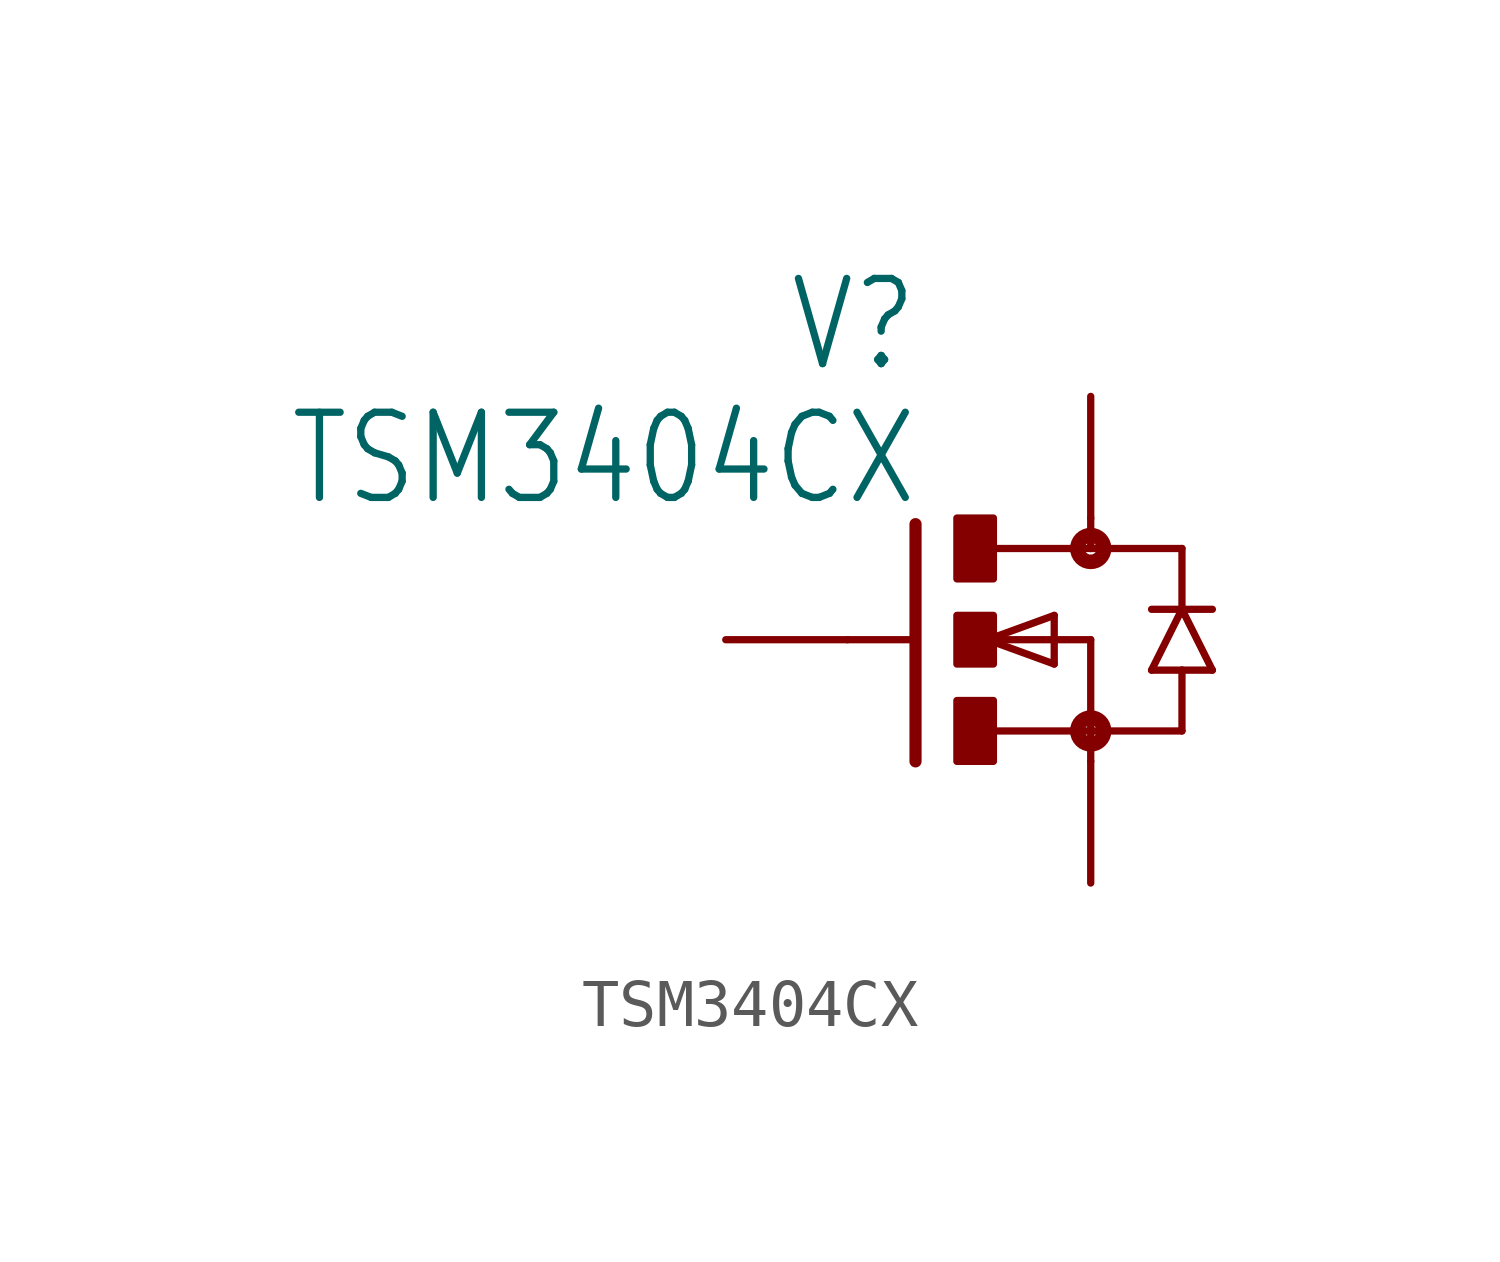
<source format=kicad_sym>
(kicad_symbol_lib
  (version 20211014)
  (generator kicad_symbol_editor)
  (symbol "TSM3404CX"
    (property "Reference" "V"
      (at -1.016 7.62 0)
      (effects (font (size 1.778 1.511)) (justify right top)))
    (property "Value" "TSM3404CX"
      (at -1.016 4.826 0)
      (effects (font (size 1.778 1.511)) (justify right top)))
    (property "ki_locked" ""
      (at 0 0 0)
      (effects (font (size 1.27 1.27))))
    (symbol "TSM3404CX_1_0"
      (rectangle (start -0.254 -2.54) (end 0.508 -1.27) (stroke (width 0) (type default) (color 0 0 0 0)) (fill (type outline)))
      (rectangle (start -0.254 -0.508) (end 0.508 0.508) (stroke (width 0) (type default) (color 0 0 0 0)) (fill (type outline)))
      (rectangle (start -0.254 1.27) (end 0.508 2.54) (stroke (width 0) (type default) (color 0 0 0 0)) (fill (type outline)))
      (polyline (pts (xy -2.54 0) (xy -1.219 0)) (stroke (width 0.152) (type default) (color 0 0 0 0)) (fill (type none)))
      (polyline (pts (xy -1.118 2.413) (xy -1.118 -2.54)) (stroke (width 0.254) (type default) (color 0 0 0 0)) (fill (type none)))
      (polyline (pts (xy 0.381 0) (xy 1.778 0.508)) (stroke (width 0.152) (type default) (color 0 0 0 0)) (fill (type none)))
      (polyline (pts (xy 0.508 -1.905) (xy 2.54 -1.905)) (stroke (width 0.152) (type default) (color 0 0 0 0)) (fill (type none)))
      (polyline (pts (xy 0.508 0) (xy 2.54 0)) (stroke (width 0.152) (type default) (color 0 0 0 0)) (fill (type none)))
      (polyline (pts (xy 1.778 -0.508) (xy 0.381 0)) (stroke (width 0.152) (type default) (color 0 0 0 0)) (fill (type none)))
      (polyline (pts (xy 1.778 0.508) (xy 1.778 -0.508)) (stroke (width 0.152) (type default) (color 0 0 0 0)) (fill (type none)))
      (polyline (pts (xy 2.54 -1.905) (xy 2.54 -2.54)) (stroke (width 0.152) (type default) (color 0 0 0 0)) (fill (type none)))
      (polyline (pts (xy 2.54 0) (xy 2.54 -1.905)) (stroke (width 0.152) (type default) (color 0 0 0 0)) (fill (type none)))
      (polyline (pts (xy 2.54 1.905) (xy 0.533 1.905)) (stroke (width 0.152) (type default) (color 0 0 0 0)) (fill (type none)))
      (polyline (pts (xy 2.54 2.54) (xy 2.54 1.905)) (stroke (width 0.152) (type default) (color 0 0 0 0)) (fill (type none)))
      (polyline (pts (xy 3.81 -0.635) (xy 4.445 -0.635)) (stroke (width 0.152) (type default) (color 0 0 0 0)) (fill (type none)))
      (polyline (pts (xy 3.81 0.635) (xy 4.445 0.635)) (stroke (width 0.152) (type default) (color 0 0 0 0)) (fill (type none)))
      (polyline (pts (xy 4.445 -1.905) (xy 2.54 -1.905)) (stroke (width 0.152) (type default) (color 0 0 0 0)) (fill (type none)))
      (polyline (pts (xy 4.445 -0.635) (xy 4.445 -1.905)) (stroke (width 0.152) (type default) (color 0 0 0 0)) (fill (type none)))
      (polyline (pts (xy 4.445 -0.635) (xy 5.08 -0.635)) (stroke (width 0.152) (type default) (color 0 0 0 0)) (fill (type none)))
      (polyline (pts (xy 4.445 0.635) (xy 3.81 -0.635)) (stroke (width 0.152) (type default) (color 0 0 0 0)) (fill (type none)))
      (polyline (pts (xy 4.445 0.635) (xy 4.445 1.905)) (stroke (width 0.152) (type default) (color 0 0 0 0)) (fill (type none)))
      (polyline (pts (xy 4.445 0.635) (xy 5.08 0.635)) (stroke (width 0.152) (type default) (color 0 0 0 0)) (fill (type none)))
      (polyline (pts (xy 4.445 1.905) (xy 2.54 1.905)) (stroke (width 0.152) (type default) (color 0 0 0 0)) (fill (type none)))
      (polyline (pts (xy 5.08 -0.635) (xy 4.445 0.635)) (stroke (width 0.152) (type default) (color 0 0 0 0)) (fill (type none)))
      (circle (center 2.54 -1.905) (radius 0.127) (stroke (width 0.305) (type default) (color 0 0 0 0)) (fill (type none)))
      (circle (center 2.54 1.905) (radius 0.127) (stroke (width 0.305) (type default) (color 0 0 0 0)) (fill (type none)))
      (pin passive line (at 2.54 5.08 270) (length 2.54) (name "D" (effects (font (size 0 0)))) (number "D" (effects (font (size 0 0)))))
      (pin passive line (at -5.08 0 0) (length 2.54) (name "G" (effects (font (size 0 0)))) (number "G" (effects (font (size 0 0)))))
      (pin passive line (at 2.54 -5.08 90) (length 2.54) (name "S" (effects (font (size 0 0)))) (number "S" (effects (font (size 0 0))))))))
</source>
